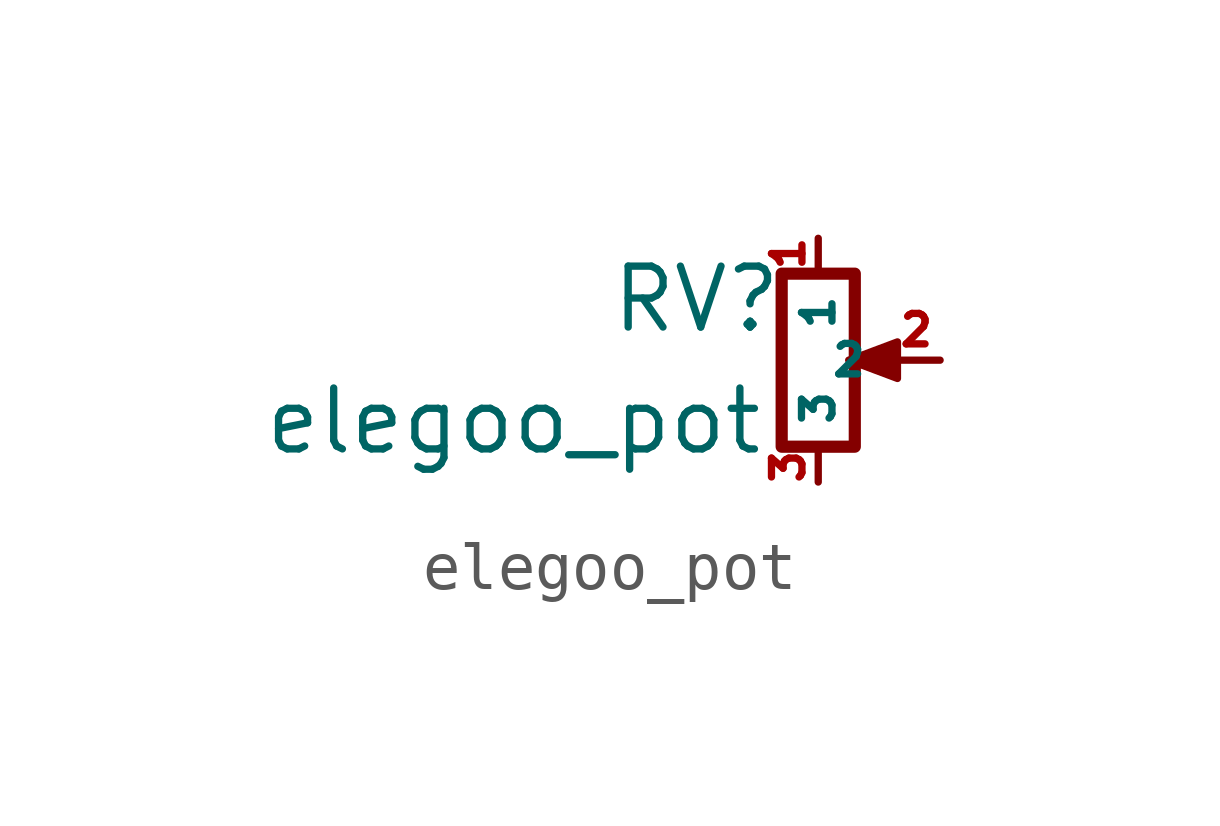
<source format=kicad_sym>
(kicad_symbol_lib
  (version 20211014)
  (generator kicad_symbol_editor)
  (symbol "elegoo_pot"
    (property "Reference" "RV"
      (at -2.54 1.27 0)
      (effects (font (size 1.27 1.27))))
    (property "Value" "elegoo_pot"
      (at -6.35 -1.27 0)
      (effects (font (size 1.27 1.27))))
    (symbol "elegoo_pot_0_1"
      (polyline (pts (xy 0.889 0) (xy 0.635 0) (xy 1.651 0.381) (xy 1.651 -0.381) (xy 0.635 0) (xy 0.889 0)) (stroke (width 0) (type default) (color 0 0 0 0)) (fill (type outline)))
      (rectangle (start 0.762 1.803) (end -0.762 -1.803) (stroke (width 0.254) (type default) (color 0 0 0 0)) (fill (type none))))
    (symbol "elegoo_pot_1_1"
      (pin passive line (at 0 2.54 270) (length 0.635) (name "1" (effects (font (size 0.635 0.635)))) (number "1" (effects (font (size 0.635 0.635)))))
      (pin passive line (at 2.54 0 180) (length 0.991) (name "2" (effects (font (size 0.635 0.635)))) (number "2" (effects (font (size 0.635 0.635)))))
      (pin passive line (at 0 -2.54 90) (length 0.635) (name "3" (effects (font (size 0.635 0.635)))) (number "3" (effects (font (size 0.635 0.635))))))))
</source>
